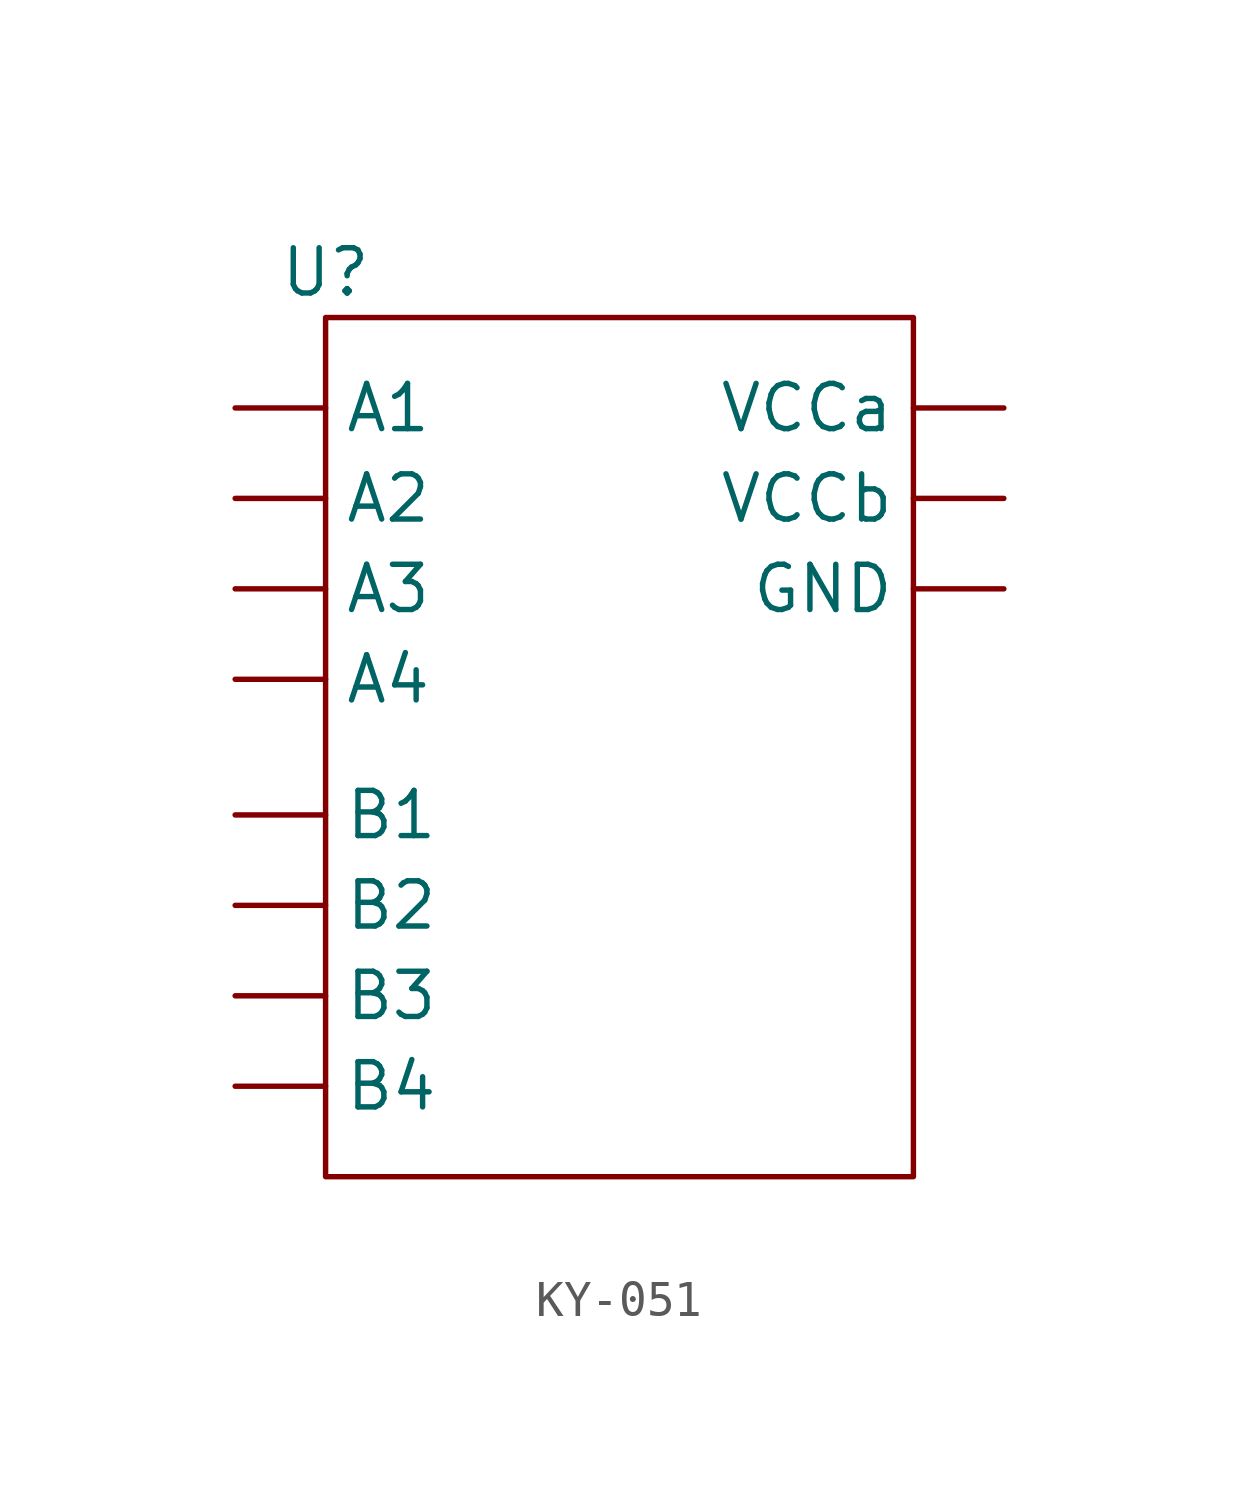
<source format=kicad_sym>
(kicad_symbol_lib
  (version 20220914)
  (generator kicad_symbol_editor)
  (symbol "KY-051"
    (property "Reference" "U"
      (at 0 0 0)
      (effects (font (size 1.27 1.27))))
    (property "Value" ""
      (at 0 0 0)
      (effects (font (size 1.27 1.27))))
    (symbol "KY-051_0_1"
      (rectangle (start 0 -1.27) (end 16.51 -25.4) (stroke (width 0) (type default)) (fill (type none))))
    (symbol "KY-051_1_1"
      (pin bidirectional line (at -2.54 -3.81 0) (length 2.54) (name "A1" (effects (font (size 1.27 1.27)))) (number "" (effects (font (size 1.27 1.27)))))
      (pin bidirectional line (at -2.54 -6.35 0) (length 2.54) (name "A2" (effects (font (size 1.27 1.27)))) (number "" (effects (font (size 1.27 1.27)))))
      (pin bidirectional line (at -2.54 -8.89 0) (length 2.54) (name "A3" (effects (font (size 1.27 1.27)))) (number "" (effects (font (size 1.27 1.27)))))
      (pin bidirectional line (at -2.54 -11.43 0) (length 2.54) (name "A4" (effects (font (size 1.27 1.27)))) (number "" (effects (font (size 1.27 1.27)))))
      (pin bidirectional line (at -2.54 -15.24 0) (length 2.54) (name "B1" (effects (font (size 1.27 1.27)))) (number "" (effects (font (size 1.27 1.27)))))
      (pin bidirectional line (at -2.54 -17.78 0) (length 2.54) (name "B2" (effects (font (size 1.27 1.27)))) (number "" (effects (font (size 1.27 1.27)))))
      (pin bidirectional line (at -2.54 -20.32 0) (length 2.54) (name "B3" (effects (font (size 1.27 1.27)))) (number "" (effects (font (size 1.27 1.27)))))
      (pin bidirectional line (at -2.54 -22.86 0) (length 2.54) (name "B4" (effects (font (size 1.27 1.27)))) (number "" (effects (font (size 1.27 1.27)))))
      (pin power_in line (at 19.05 -8.89 180) (length 2.54) (name "GND" (effects (font (size 1.27 1.27)))) (number "" (effects (font (size 1.27 1.27)))))
      (pin power_in line (at 19.05 -3.81 180) (length 2.54) (name "VCCa" (effects (font (size 1.27 1.27)))) (number "" (effects (font (size 1.27 1.27)))))
      (pin power_in line (at 19.05 -6.35 180) (length 2.54) (name "VCCb" (effects (font (size 1.27 1.27)))) (number "" (effects (font (size 1.27 1.27))))))))
</source>
